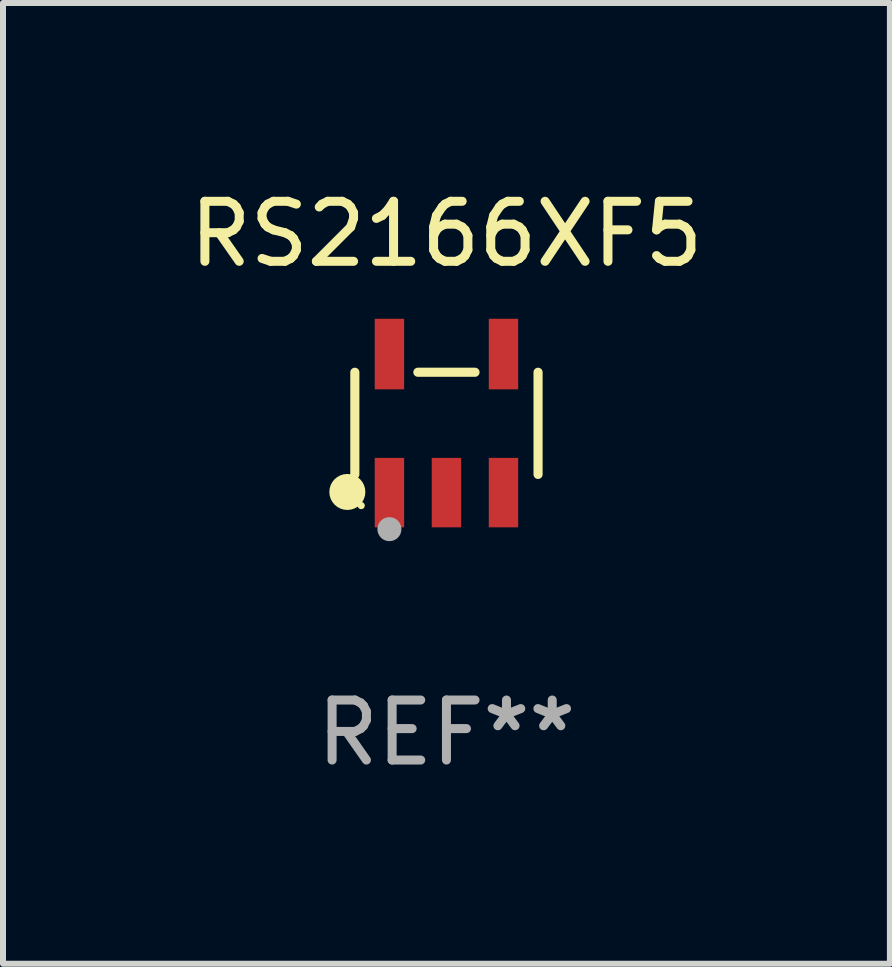
<source format=kicad_pcb>
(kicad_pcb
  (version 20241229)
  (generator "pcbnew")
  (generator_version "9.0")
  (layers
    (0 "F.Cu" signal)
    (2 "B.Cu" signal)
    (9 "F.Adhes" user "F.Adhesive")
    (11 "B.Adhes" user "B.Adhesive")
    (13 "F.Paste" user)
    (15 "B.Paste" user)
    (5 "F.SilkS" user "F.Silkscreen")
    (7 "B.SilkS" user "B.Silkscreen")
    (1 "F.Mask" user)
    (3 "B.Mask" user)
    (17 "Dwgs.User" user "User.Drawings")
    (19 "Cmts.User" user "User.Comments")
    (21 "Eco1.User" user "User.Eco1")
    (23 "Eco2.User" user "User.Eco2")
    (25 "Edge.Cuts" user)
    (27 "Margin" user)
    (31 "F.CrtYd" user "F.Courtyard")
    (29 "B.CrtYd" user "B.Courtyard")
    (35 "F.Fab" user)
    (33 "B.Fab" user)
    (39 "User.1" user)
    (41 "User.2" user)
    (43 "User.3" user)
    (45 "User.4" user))
  (footprint "RS2166XF5"
    (layer "F.Cu")
    (at 4.387 4.002)
    (property "Reference" "RS2166XF5" (at 0 -3.154 0) (layer "F.SilkS") (effects (font (size 1 1) (thickness 0.15))))
    (attr through_hole)
    (fp_line (start -1.526 0.851) (end -1.526 -0.851) (stroke (width 0.152) (type solid)) (layer "F.SilkS"))
    (fp_line (start 0.476 -0.851) (end -0.476 -0.851) (stroke (width 0.152) (type solid)) (layer "F.SilkS"))
    (fp_line (start 1.526 0.851) (end 1.526 -0.851) (stroke (width 0.152) (type solid)) (layer "F.SilkS"))
    (fp_circle (center -1.651 1.143) (end -1.501 1.143) (stroke (width 0.3) (type solid)) (fill no) (layer "F.SilkS"))
    (fp_circle (center -1.42 1.37) (end -1.39 1.37) (stroke (width 0.06) (type solid)) (fill no) (layer "F.SilkS"))
    (fp_circle (center -0.95 1.763) (end -0.85 1.763) (stroke (width 0.2) (type solid)) (fill no) (layer "F.Fab"))
    (fp_text user "REF**" (at 0 5.154 0) (layer "F.Fab") (effects (font (size 1 1) (thickness 0.15))))
    (pad "1" smd rect (at -0.95 1.154) (size 0.49 1.157) (layers "F.Cu" "F.Mask" "F.Paste"))
    (pad "2" smd rect (at 0 1.154) (size 0.49 1.157) (layers "F.Cu" "F.Mask" "F.Paste"))
    (pad "3" smd rect (at 0.95 1.154) (size 0.49 1.157) (layers "F.Cu" "F.Mask" "F.Paste"))
    (pad "4" smd rect (at 0.95 -1.154) (size 0.49 1.175) (layers "F.Cu" "F.Mask" "F.Paste"))
    (pad "5" smd rect (at -0.95 -1.154) (size 0.49 1.175) (layers "F.Cu" "F.Mask" "F.Paste")))
  (gr_rect
    (start -3 -3)
    (end 11.774 13.004)
    (stroke (width 0.1) (type default))
    (fill no)
    (layer "Edge.Cuts")))
</source>
